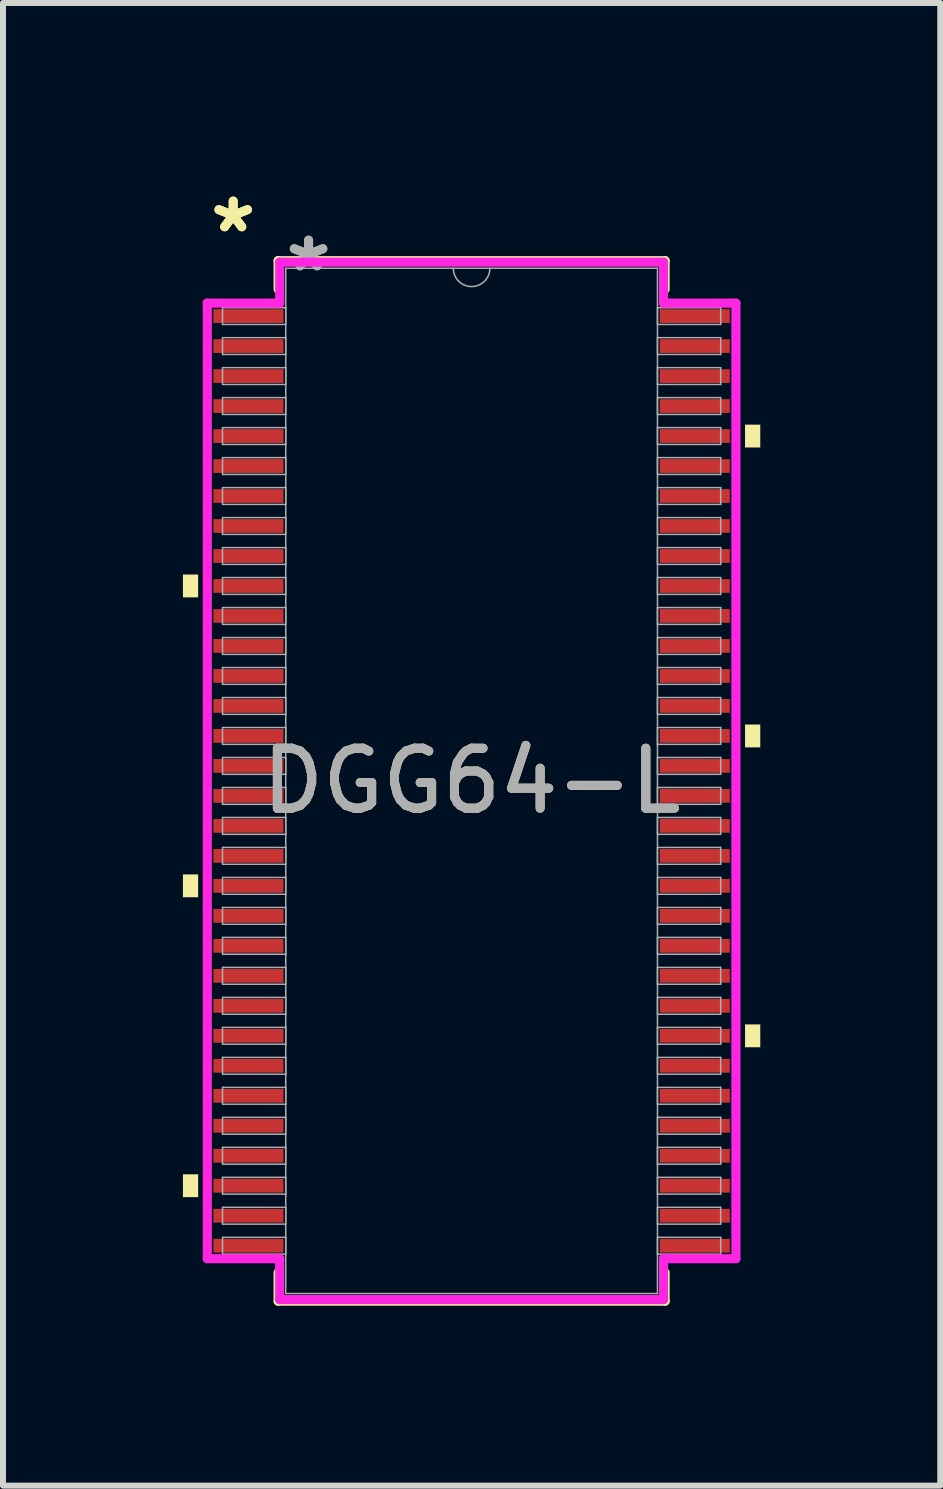
<source format=kicad_pcb>
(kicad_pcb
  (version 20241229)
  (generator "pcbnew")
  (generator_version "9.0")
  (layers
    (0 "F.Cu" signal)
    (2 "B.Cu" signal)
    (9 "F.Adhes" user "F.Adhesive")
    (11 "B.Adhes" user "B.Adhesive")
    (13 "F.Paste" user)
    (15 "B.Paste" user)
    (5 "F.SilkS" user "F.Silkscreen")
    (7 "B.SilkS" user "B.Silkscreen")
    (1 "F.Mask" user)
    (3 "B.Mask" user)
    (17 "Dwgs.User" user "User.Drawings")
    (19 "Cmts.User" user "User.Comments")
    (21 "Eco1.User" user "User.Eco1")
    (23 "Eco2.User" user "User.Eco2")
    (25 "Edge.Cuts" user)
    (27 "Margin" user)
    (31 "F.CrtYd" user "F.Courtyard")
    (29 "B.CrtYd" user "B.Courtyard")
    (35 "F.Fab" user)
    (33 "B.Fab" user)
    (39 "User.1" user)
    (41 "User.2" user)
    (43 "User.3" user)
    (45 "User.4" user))
  (footprint "DGG64-L"
    (layer "F.Cu")
    (at 4.813 9.97)
    (property "Reference" "DGG64-L" (at 0 0 0) (unlocked yes) (layer "F.SilkS") (effects (font (size 1 1) (thickness 0.15))))
    (attr smd)
    (fp_line (start -3.226 -8.674) (end -3.226 -8.197) (stroke (width 0.152) (type solid)) (layer "F.SilkS"))
    (fp_line (start -3.226 8.197) (end -3.226 8.674) (stroke (width 0.152) (type solid)) (layer "F.SilkS"))
    (fp_line (start -3.226 8.674) (end 3.226 8.674) (stroke (width 0.152) (type solid)) (layer "F.SilkS"))
    (fp_line (start 3.226 -8.674) (end -3.226 -8.674) (stroke (width 0.152) (type solid)) (layer "F.SilkS"))
    (fp_line (start 3.226 -8.197) (end 3.226 -8.674) (stroke (width 0.152) (type solid)) (layer "F.SilkS"))
    (fp_line (start 3.226 8.674) (end 3.226 8.197) (stroke (width 0.152) (type solid)) (layer "F.SilkS"))
    (fp_poly (pts (xy -4.813 -3.441) (xy -4.813 -3.06) (xy -4.559 -3.06) (xy -4.559 -3.441)) (stroke (width 0) (type solid)) (fill yes) (layer "F.SilkS"))
    (fp_poly (pts (xy -4.813 1.559) (xy -4.813 1.94) (xy -4.559 1.94) (xy -4.559 1.559)) (stroke (width 0) (type solid)) (fill yes) (layer "F.SilkS"))
    (fp_poly (pts (xy -4.813 6.559) (xy -4.813 6.94) (xy -4.559 6.94) (xy -4.559 6.559)) (stroke (width 0) (type solid)) (fill yes) (layer "F.SilkS"))
    (fp_poly (pts (xy 4.813 -5.94) (xy 4.813 -5.559) (xy 4.559 -5.559) (xy 4.559 -5.94)) (stroke (width 0) (type solid)) (fill yes) (layer "F.SilkS"))
    (fp_poly (pts (xy 4.813 -0.94) (xy 4.813 -0.559) (xy 4.559 -0.559) (xy 4.559 -0.94)) (stroke (width 0) (type solid)) (fill yes) (layer "F.SilkS"))
    (fp_poly (pts (xy 4.813 4.06) (xy 4.813 4.441) (xy 4.559 4.441) (xy 4.559 4.06)) (stroke (width 0) (type solid)) (fill yes) (layer "F.SilkS"))
    (fp_line (start -4.407 -7.966) (end -3.2 -7.966) (stroke (width 0.152) (type solid)) (layer "F.CrtYd"))
    (fp_line (start -4.407 7.966) (end -4.407 -7.966) (stroke (width 0.152) (type solid)) (layer "F.CrtYd"))
    (fp_line (start -4.407 7.966) (end -3.2 7.966) (stroke (width 0.152) (type solid)) (layer "F.CrtYd"))
    (fp_line (start -3.2 -8.649) (end 3.2 -8.649) (stroke (width 0.152) (type solid)) (layer "F.CrtYd"))
    (fp_line (start -3.2 -7.966) (end -3.2 -8.649) (stroke (width 0.152) (type solid)) (layer "F.CrtYd"))
    (fp_line (start -3.2 8.649) (end -3.2 7.966) (stroke (width 0.152) (type solid)) (layer "F.CrtYd"))
    (fp_line (start 3.2 -8.649) (end 3.2 -7.966) (stroke (width 0.152) (type solid)) (layer "F.CrtYd"))
    (fp_line (start 3.2 7.966) (end 3.2 8.649) (stroke (width 0.152) (type solid)) (layer "F.CrtYd"))
    (fp_line (start 3.2 8.649) (end -3.2 8.649) (stroke (width 0.152) (type solid)) (layer "F.CrtYd"))
    (fp_line (start 4.407 -7.966) (end 3.2 -7.966) (stroke (width 0.152) (type solid)) (layer "F.CrtYd"))
    (fp_line (start 4.407 -7.966) (end 4.407 7.966) (stroke (width 0.152) (type solid)) (layer "F.CrtYd"))
    (fp_line (start 4.407 7.966) (end 3.2 7.966) (stroke (width 0.152) (type solid)) (layer "F.CrtYd"))
    (fp_line (start -4.153 -7.89) (end -4.153 -7.61) (stroke (width 0.025) (type solid)) (layer "F.Fab"))
    (fp_line (start -4.153 -7.61) (end -3.099 -7.61) (stroke (width 0.025) (type solid)) (layer "F.Fab"))
    (fp_line (start -4.153 -7.39) (end -4.153 -7.11) (stroke (width 0.025) (type solid)) (layer "F.Fab"))
    (fp_line (start -4.153 -7.11) (end -3.099 -7.11) (stroke (width 0.025) (type solid)) (layer "F.Fab"))
    (fp_line (start -4.153 -6.89) (end -4.153 -6.61) (stroke (width 0.025) (type solid)) (layer "F.Fab"))
    (fp_line (start -4.153 -6.61) (end -3.099 -6.61) (stroke (width 0.025) (type solid)) (layer "F.Fab"))
    (fp_line (start -4.153 -6.39) (end -4.153 -6.11) (stroke (width 0.025) (type solid)) (layer "F.Fab"))
    (fp_line (start -4.153 -6.11) (end -3.099 -6.11) (stroke (width 0.025) (type solid)) (layer "F.Fab"))
    (fp_line (start -4.153 -5.89) (end -4.153 -5.61) (stroke (width 0.025) (type solid)) (layer "F.Fab"))
    (fp_line (start -4.153 -5.61) (end -3.099 -5.61) (stroke (width 0.025) (type solid)) (layer "F.Fab"))
    (fp_line (start -4.153 -5.39) (end -4.153 -5.11) (stroke (width 0.025) (type solid)) (layer "F.Fab"))
    (fp_line (start -4.153 -5.11) (end -3.099 -5.11) (stroke (width 0.025) (type solid)) (layer "F.Fab"))
    (fp_line (start -4.153 -4.89) (end -4.153 -4.61) (stroke (width 0.025) (type solid)) (layer "F.Fab"))
    (fp_line (start -4.153 -4.61) (end -3.099 -4.61) (stroke (width 0.025) (type solid)) (layer "F.Fab"))
    (fp_line (start -4.153 -4.39) (end -4.153 -4.11) (stroke (width 0.025) (type solid)) (layer "F.Fab"))
    (fp_line (start -4.153 -4.11) (end -3.099 -4.11) (stroke (width 0.025) (type solid)) (layer "F.Fab"))
    (fp_line (start -4.153 -3.89) (end -4.153 -3.61) (stroke (width 0.025) (type solid)) (layer "F.Fab"))
    (fp_line (start -4.153 -3.61) (end -3.099 -3.61) (stroke (width 0.025) (type solid)) (layer "F.Fab"))
    (fp_line (start -4.153 -3.39) (end -4.153 -3.11) (stroke (width 0.025) (type solid)) (layer "F.Fab"))
    (fp_line (start -4.153 -3.11) (end -3.099 -3.11) (stroke (width 0.025) (type solid)) (layer "F.Fab"))
    (fp_line (start -4.153 -2.89) (end -4.153 -2.61) (stroke (width 0.025) (type solid)) (layer "F.Fab"))
    (fp_line (start -4.153 -2.61) (end -3.099 -2.61) (stroke (width 0.025) (type solid)) (layer "F.Fab"))
    (fp_line (start -4.153 -2.39) (end -4.153 -2.11) (stroke (width 0.025) (type solid)) (layer "F.Fab"))
    (fp_line (start -4.153 -2.11) (end -3.099 -2.11) (stroke (width 0.025) (type solid)) (layer "F.Fab"))
    (fp_line (start -4.153 -1.89) (end -4.153 -1.61) (stroke (width 0.025) (type solid)) (layer "F.Fab"))
    (fp_line (start -4.153 -1.61) (end -3.099 -1.61) (stroke (width 0.025) (type solid)) (layer "F.Fab"))
    (fp_line (start -4.153 -1.39) (end -4.153 -1.11) (stroke (width 0.025) (type solid)) (layer "F.Fab"))
    (fp_line (start -4.153 -1.11) (end -3.099 -1.11) (stroke (width 0.025) (type solid)) (layer "F.Fab"))
    (fp_line (start -4.153 -0.89) (end -4.153 -0.61) (stroke (width 0.025) (type solid)) (layer "F.Fab"))
    (fp_line (start -4.153 -0.61) (end -3.099 -0.61) (stroke (width 0.025) (type solid)) (layer "F.Fab"))
    (fp_line (start -4.153 -0.39) (end -4.153 -0.11) (stroke (width 0.025) (type solid)) (layer "F.Fab"))
    (fp_line (start -4.153 -0.11) (end -3.099 -0.11) (stroke (width 0.025) (type solid)) (layer "F.Fab"))
    (fp_line (start -4.153 0.11) (end -4.153 0.39) (stroke (width 0.025) (type solid)) (layer "F.Fab"))
    (fp_line (start -4.153 0.39) (end -3.099 0.39) (stroke (width 0.025) (type solid)) (layer "F.Fab"))
    (fp_line (start -4.153 0.61) (end -4.153 0.89) (stroke (width 0.025) (type solid)) (layer "F.Fab"))
    (fp_line (start -4.153 0.89) (end -3.099 0.89) (stroke (width 0.025) (type solid)) (layer "F.Fab"))
    (fp_line (start -4.153 1.11) (end -4.153 1.39) (stroke (width 0.025) (type solid)) (layer "F.Fab"))
    (fp_line (start -4.153 1.39) (end -3.099 1.39) (stroke (width 0.025) (type solid)) (layer "F.Fab"))
    (fp_line (start -4.153 1.61) (end -4.153 1.89) (stroke (width 0.025) (type solid)) (layer "F.Fab"))
    (fp_line (start -4.153 1.89) (end -3.099 1.89) (stroke (width 0.025) (type solid)) (layer "F.Fab"))
    (fp_line (start -4.153 2.11) (end -4.153 2.39) (stroke (width 0.025) (type solid)) (layer "F.Fab"))
    (fp_line (start -4.153 2.39) (end -3.099 2.39) (stroke (width 0.025) (type solid)) (layer "F.Fab"))
    (fp_line (start -4.153 2.61) (end -4.153 2.89) (stroke (width 0.025) (type solid)) (layer "F.Fab"))
    (fp_line (start -4.153 2.89) (end -3.099 2.89) (stroke (width 0.025) (type solid)) (layer "F.Fab"))
    (fp_line (start -4.153 3.11) (end -4.153 3.39) (stroke (width 0.025) (type solid)) (layer "F.Fab"))
    (fp_line (start -4.153 3.39) (end -3.099 3.39) (stroke (width 0.025) (type solid)) (layer "F.Fab"))
    (fp_line (start -4.153 3.61) (end -4.153 3.89) (stroke (width 0.025) (type solid)) (layer "F.Fab"))
    (fp_line (start -4.153 3.89) (end -3.099 3.89) (stroke (width 0.025) (type solid)) (layer "F.Fab"))
    (fp_line (start -4.153 4.11) (end -4.153 4.39) (stroke (width 0.025) (type solid)) (layer "F.Fab"))
    (fp_line (start -4.153 4.39) (end -3.099 4.39) (stroke (width 0.025) (type solid)) (layer "F.Fab"))
    (fp_line (start -4.153 4.61) (end -4.153 4.89) (stroke (width 0.025) (type solid)) (layer "F.Fab"))
    (fp_line (start -4.153 4.89) (end -3.099 4.89) (stroke (width 0.025) (type solid)) (layer "F.Fab"))
    (fp_line (start -4.153 5.11) (end -4.153 5.39) (stroke (width 0.025) (type solid)) (layer "F.Fab"))
    (fp_line (start -4.153 5.39) (end -3.099 5.39) (stroke (width 0.025) (type solid)) (layer "F.Fab"))
    (fp_line (start -4.153 5.61) (end -4.153 5.89) (stroke (width 0.025) (type solid)) (layer "F.Fab"))
    (fp_line (start -4.153 5.89) (end -3.099 5.89) (stroke (width 0.025) (type solid)) (layer "F.Fab"))
    (fp_line (start -4.153 6.11) (end -4.153 6.39) (stroke (width 0.025) (type solid)) (layer "F.Fab"))
    (fp_line (start -4.153 6.39) (end -3.099 6.39) (stroke (width 0.025) (type solid)) (layer "F.Fab"))
    (fp_line (start -4.153 6.61) (end -4.153 6.89) (stroke (width 0.025) (type solid)) (layer "F.Fab"))
    (fp_line (start -4.153 6.89) (end -3.099 6.89) (stroke (width 0.025) (type solid)) (layer "F.Fab"))
    (fp_line (start -4.153 7.11) (end -4.153 7.39) (stroke (width 0.025) (type solid)) (layer "F.Fab"))
    (fp_line (start -4.153 7.39) (end -3.099 7.39) (stroke (width 0.025) (type solid)) (layer "F.Fab"))
    (fp_line (start -4.153 7.61) (end -4.153 7.89) (stroke (width 0.025) (type solid)) (layer "F.Fab"))
    (fp_line (start -4.153 7.89) (end -3.099 7.89) (stroke (width 0.025) (type solid)) (layer "F.Fab"))
    (fp_line (start -3.099 -8.547) (end -3.099 8.547) (stroke (width 0.025) (type solid)) (layer "F.Fab"))
    (fp_line (start -3.099 -7.89) (end -4.153 -7.89) (stroke (width 0.025) (type solid)) (layer "F.Fab"))
    (fp_line (start -3.099 -7.61) (end -3.099 -7.89) (stroke (width 0.025) (type solid)) (layer "F.Fab"))
    (fp_line (start -3.099 -7.39) (end -4.153 -7.39) (stroke (width 0.025) (type solid)) (layer "F.Fab"))
    (fp_line (start -3.099 -7.11) (end -3.099 -7.39) (stroke (width 0.025) (type solid)) (layer "F.Fab"))
    (fp_line (start -3.099 -6.89) (end -4.153 -6.89) (stroke (width 0.025) (type solid)) (layer "F.Fab"))
    (fp_line (start -3.099 -6.61) (end -3.099 -6.89) (stroke (width 0.025) (type solid)) (layer "F.Fab"))
    (fp_line (start -3.099 -6.39) (end -4.153 -6.39) (stroke (width 0.025) (type solid)) (layer "F.Fab"))
    (fp_line (start -3.099 -6.11) (end -3.099 -6.39) (stroke (width 0.025) (type solid)) (layer "F.Fab"))
    (fp_line (start -3.099 -5.89) (end -4.153 -5.89) (stroke (width 0.025) (type solid)) (layer "F.Fab"))
    (fp_line (start -3.099 -5.61) (end -3.099 -5.89) (stroke (width 0.025) (type solid)) (layer "F.Fab"))
    (fp_line (start -3.099 -5.39) (end -4.153 -5.39) (stroke (width 0.025) (type solid)) (layer "F.Fab"))
    (fp_line (start -3.099 -5.11) (end -3.099 -5.39) (stroke (width 0.025) (type solid)) (layer "F.Fab"))
    (fp_line (start -3.099 -4.89) (end -4.153 -4.89) (stroke (width 0.025) (type solid)) (layer "F.Fab"))
    (fp_line (start -3.099 -4.61) (end -3.099 -4.89) (stroke (width 0.025) (type solid)) (layer "F.Fab"))
    (fp_line (start -3.099 -4.39) (end -4.153 -4.39) (stroke (width 0.025) (type solid)) (layer "F.Fab"))
    (fp_line (start -3.099 -4.11) (end -3.099 -4.39) (stroke (width 0.025) (type solid)) (layer "F.Fab"))
    (fp_line (start -3.099 -3.89) (end -4.153 -3.89) (stroke (width 0.025) (type solid)) (layer "F.Fab"))
    (fp_line (start -3.099 -3.61) (end -3.099 -3.89) (stroke (width 0.025) (type solid)) (layer "F.Fab"))
    (fp_line (start -3.099 -3.39) (end -4.153 -3.39) (stroke (width 0.025) (type solid)) (layer "F.Fab"))
    (fp_line (start -3.099 -3.11) (end -3.099 -3.39) (stroke (width 0.025) (type solid)) (layer "F.Fab"))
    (fp_line (start -3.099 -2.89) (end -4.153 -2.89) (stroke (width 0.025) (type solid)) (layer "F.Fab"))
    (fp_line (start -3.099 -2.61) (end -3.099 -2.89) (stroke (width 0.025) (type solid)) (layer "F.Fab"))
    (fp_line (start -3.099 -2.39) (end -4.153 -2.39) (stroke (width 0.025) (type solid)) (layer "F.Fab"))
    (fp_line (start -3.099 -2.11) (end -3.099 -2.39) (stroke (width 0.025) (type solid)) (layer "F.Fab"))
    (fp_line (start -3.099 -1.89) (end -4.153 -1.89) (stroke (width 0.025) (type solid)) (layer "F.Fab"))
    (fp_line (start -3.099 -1.61) (end -3.099 -1.89) (stroke (width 0.025) (type solid)) (layer "F.Fab"))
    (fp_line (start -3.099 -1.39) (end -4.153 -1.39) (stroke (width 0.025) (type solid)) (layer "F.Fab"))
    (fp_line (start -3.099 -1.11) (end -3.099 -1.39) (stroke (width 0.025) (type solid)) (layer "F.Fab"))
    (fp_line (start -3.099 -0.89) (end -4.153 -0.89) (stroke (width 0.025) (type solid)) (layer "F.Fab"))
    (fp_line (start -3.099 -0.61) (end -3.099 -0.89) (stroke (width 0.025) (type solid)) (layer "F.Fab"))
    (fp_line (start -3.099 -0.39) (end -4.153 -0.39) (stroke (width 0.025) (type solid)) (layer "F.Fab"))
    (fp_line (start -3.099 -0.11) (end -3.099 -0.39) (stroke (width 0.025) (type solid)) (layer "F.Fab"))
    (fp_line (start -3.099 0.11) (end -4.153 0.11) (stroke (width 0.025) (type solid)) (layer "F.Fab"))
    (fp_line (start -3.099 0.39) (end -3.099 0.11) (stroke (width 0.025) (type solid)) (layer "F.Fab"))
    (fp_line (start -3.099 0.61) (end -4.153 0.61) (stroke (width 0.025) (type solid)) (layer "F.Fab"))
    (fp_line (start -3.099 0.89) (end -3.099 0.61) (stroke (width 0.025) (type solid)) (layer "F.Fab"))
    (fp_line (start -3.099 1.11) (end -4.153 1.11) (stroke (width 0.025) (type solid)) (layer "F.Fab"))
    (fp_line (start -3.099 1.39) (end -3.099 1.11) (stroke (width 0.025) (type solid)) (layer "F.Fab"))
    (fp_line (start -3.099 1.61) (end -4.153 1.61) (stroke (width 0.025) (type solid)) (layer "F.Fab"))
    (fp_line (start -3.099 1.89) (end -3.099 1.61) (stroke (width 0.025) (type solid)) (layer "F.Fab"))
    (fp_line (start -3.099 2.11) (end -4.153 2.11) (stroke (width 0.025) (type solid)) (layer "F.Fab"))
    (fp_line (start -3.099 2.39) (end -3.099 2.11) (stroke (width 0.025) (type solid)) (layer "F.Fab"))
    (fp_line (start -3.099 2.61) (end -4.153 2.61) (stroke (width 0.025) (type solid)) (layer "F.Fab"))
    (fp_line (start -3.099 2.89) (end -3.099 2.61) (stroke (width 0.025) (type solid)) (layer "F.Fab"))
    (fp_line (start -3.099 3.11) (end -4.153 3.11) (stroke (width 0.025) (type solid)) (layer "F.Fab"))
    (fp_line (start -3.099 3.39) (end -3.099 3.11) (stroke (width 0.025) (type solid)) (layer "F.Fab"))
    (fp_line (start -3.099 3.61) (end -4.153 3.61) (stroke (width 0.025) (type solid)) (layer "F.Fab"))
    (fp_line (start -3.099 3.89) (end -3.099 3.61) (stroke (width 0.025) (type solid)) (layer "F.Fab"))
    (fp_line (start -3.099 4.11) (end -4.153 4.11) (stroke (width 0.025) (type solid)) (layer "F.Fab"))
    (fp_line (start -3.099 4.39) (end -3.099 4.11) (stroke (width 0.025) (type solid)) (layer "F.Fab"))
    (fp_line (start -3.099 4.61) (end -4.153 4.61) (stroke (width 0.025) (type solid)) (layer "F.Fab"))
    (fp_line (start -3.099 4.89) (end -3.099 4.61) (stroke (width 0.025) (type solid)) (layer "F.Fab"))
    (fp_line (start -3.099 5.11) (end -4.153 5.11) (stroke (width 0.025) (type solid)) (layer "F.Fab"))
    (fp_line (start -3.099 5.39) (end -3.099 5.11) (stroke (width 0.025) (type solid)) (layer "F.Fab"))
    (fp_line (start -3.099 5.61) (end -4.153 5.61) (stroke (width 0.025) (type solid)) (layer "F.Fab"))
    (fp_line (start -3.099 5.89) (end -3.099 5.61) (stroke (width 0.025) (type solid)) (layer "F.Fab"))
    (fp_line (start -3.099 6.11) (end -4.153 6.11) (stroke (width 0.025) (type solid)) (layer "F.Fab"))
    (fp_line (start -3.099 6.39) (end -3.099 6.11) (stroke (width 0.025) (type solid)) (layer "F.Fab"))
    (fp_line (start -3.099 6.61) (end -4.153 6.61) (stroke (width 0.025) (type solid)) (layer "F.Fab"))
    (fp_line (start -3.099 6.89) (end -3.099 6.61) (stroke (width 0.025) (type solid)) (layer "F.Fab"))
    (fp_line (start -3.099 7.11) (end -4.153 7.11) (stroke (width 0.025) (type solid)) (layer "F.Fab"))
    (fp_line (start -3.099 7.39) (end -3.099 7.11) (stroke (width 0.025) (type solid)) (layer "F.Fab"))
    (fp_line (start -3.099 7.61) (end -4.153 7.61) (stroke (width 0.025) (type solid)) (layer "F.Fab"))
    (fp_line (start -3.099 7.89) (end -3.099 7.61) (stroke (width 0.025) (type solid)) (layer "F.Fab"))
    (fp_line (start -3.099 8.547) (end 3.099 8.547) (stroke (width 0.025) (type solid)) (layer "F.Fab"))
    (fp_line (start 3.099 -8.547) (end -3.099 -8.547) (stroke (width 0.025) (type solid)) (layer "F.Fab"))
    (fp_line (start 3.099 -7.89) (end 3.099 -7.61) (stroke (width 0.025) (type solid)) (layer "F.Fab"))
    (fp_line (start 3.099 -7.61) (end 4.153 -7.61) (stroke (width 0.025) (type solid)) (layer "F.Fab"))
    (fp_line (start 3.099 -7.39) (end 3.099 -7.11) (stroke (width 0.025) (type solid)) (layer "F.Fab"))
    (fp_line (start 3.099 -7.11) (end 4.153 -7.11) (stroke (width 0.025) (type solid)) (layer "F.Fab"))
    (fp_line (start 3.099 -6.89) (end 3.099 -6.61) (stroke (width 0.025) (type solid)) (layer "F.Fab"))
    (fp_line (start 3.099 -6.61) (end 4.153 -6.61) (stroke (width 0.025) (type solid)) (layer "F.Fab"))
    (fp_line (start 3.099 -6.39) (end 3.099 -6.11) (stroke (width 0.025) (type solid)) (layer "F.Fab"))
    (fp_line (start 3.099 -6.11) (end 4.153 -6.11) (stroke (width 0.025) (type solid)) (layer "F.Fab"))
    (fp_line (start 3.099 -5.89) (end 3.099 -5.61) (stroke (width 0.025) (type solid)) (layer "F.Fab"))
    (fp_line (start 3.099 -5.61) (end 4.153 -5.61) (stroke (width 0.025) (type solid)) (layer "F.Fab"))
    (fp_line (start 3.099 -5.39) (end 3.099 -5.11) (stroke (width 0.025) (type solid)) (layer "F.Fab"))
    (fp_line (start 3.099 -5.11) (end 4.153 -5.11) (stroke (width 0.025) (type solid)) (layer "F.Fab"))
    (fp_line (start 3.099 -4.89) (end 3.099 -4.61) (stroke (width 0.025) (type solid)) (layer "F.Fab"))
    (fp_line (start 3.099 -4.61) (end 4.153 -4.61) (stroke (width 0.025) (type solid)) (layer "F.Fab"))
    (fp_line (start 3.099 -4.39) (end 3.099 -4.11) (stroke (width 0.025) (type solid)) (layer "F.Fab"))
    (fp_line (start 3.099 -4.11) (end 4.153 -4.11) (stroke (width 0.025) (type solid)) (layer "F.Fab"))
    (fp_line (start 3.099 -3.89) (end 3.099 -3.61) (stroke (width 0.025) (type solid)) (layer "F.Fab"))
    (fp_line (start 3.099 -3.61) (end 4.153 -3.61) (stroke (width 0.025) (type solid)) (layer "F.Fab"))
    (fp_line (start 3.099 -3.39) (end 3.099 -3.11) (stroke (width 0.025) (type solid)) (layer "F.Fab"))
    (fp_line (start 3.099 -3.11) (end 4.153 -3.11) (stroke (width 0.025) (type solid)) (layer "F.Fab"))
    (fp_line (start 3.099 -2.89) (end 3.099 -2.61) (stroke (width 0.025) (type solid)) (layer "F.Fab"))
    (fp_line (start 3.099 -2.61) (end 4.153 -2.61) (stroke (width 0.025) (type solid)) (layer "F.Fab"))
    (fp_line (start 3.099 -2.39) (end 3.099 -2.11) (stroke (width 0.025) (type solid)) (layer "F.Fab"))
    (fp_line (start 3.099 -2.11) (end 4.153 -2.11) (stroke (width 0.025) (type solid)) (layer "F.Fab"))
    (fp_line (start 3.099 -1.89) (end 3.099 -1.61) (stroke (width 0.025) (type solid)) (layer "F.Fab"))
    (fp_line (start 3.099 -1.61) (end 4.153 -1.61) (stroke (width 0.025) (type solid)) (layer "F.Fab"))
    (fp_line (start 3.099 -1.39) (end 3.099 -1.11) (stroke (width 0.025) (type solid)) (layer "F.Fab"))
    (fp_line (start 3.099 -1.11) (end 4.153 -1.11) (stroke (width 0.025) (type solid)) (layer "F.Fab"))
    (fp_line (start 3.099 -0.89) (end 3.099 -0.61) (stroke (width 0.025) (type solid)) (layer "F.Fab"))
    (fp_line (start 3.099 -0.61) (end 4.153 -0.61) (stroke (width 0.025) (type solid)) (layer "F.Fab"))
    (fp_line (start 3.099 -0.39) (end 3.099 -0.11) (stroke (width 0.025) (type solid)) (layer "F.Fab"))
    (fp_line (start 3.099 -0.11) (end 4.153 -0.11) (stroke (width 0.025) (type solid)) (layer "F.Fab"))
    (fp_line (start 3.099 0.11) (end 3.099 0.39) (stroke (width 0.025) (type solid)) (layer "F.Fab"))
    (fp_line (start 3.099 0.39) (end 4.153 0.39) (stroke (width 0.025) (type solid)) (layer "F.Fab"))
    (fp_line (start 3.099 0.61) (end 3.099 0.89) (stroke (width 0.025) (type solid)) (layer "F.Fab"))
    (fp_line (start 3.099 0.89) (end 4.153 0.89) (stroke (width 0.025) (type solid)) (layer "F.Fab"))
    (fp_line (start 3.099 1.11) (end 3.099 1.39) (stroke (width 0.025) (type solid)) (layer "F.Fab"))
    (fp_line (start 3.099 1.39) (end 4.153 1.39) (stroke (width 0.025) (type solid)) (layer "F.Fab"))
    (fp_line (start 3.099 1.61) (end 3.099 1.89) (stroke (width 0.025) (type solid)) (layer "F.Fab"))
    (fp_line (start 3.099 1.89) (end 4.153 1.89) (stroke (width 0.025) (type solid)) (layer "F.Fab"))
    (fp_line (start 3.099 2.11) (end 3.099 2.39) (stroke (width 0.025) (type solid)) (layer "F.Fab"))
    (fp_line (start 3.099 2.39) (end 4.153 2.39) (stroke (width 0.025) (type solid)) (layer "F.Fab"))
    (fp_line (start 3.099 2.61) (end 3.099 2.89) (stroke (width 0.025) (type solid)) (layer "F.Fab"))
    (fp_line (start 3.099 2.89) (end 4.153 2.89) (stroke (width 0.025) (type solid)) (layer "F.Fab"))
    (fp_line (start 3.099 3.11) (end 3.099 3.39) (stroke (width 0.025) (type solid)) (layer "F.Fab"))
    (fp_line (start 3.099 3.39) (end 4.153 3.39) (stroke (width 0.025) (type solid)) (layer "F.Fab"))
    (fp_line (start 3.099 3.61) (end 3.099 3.89) (stroke (width 0.025) (type solid)) (layer "F.Fab"))
    (fp_line (start 3.099 3.89) (end 4.153 3.89) (stroke (width 0.025) (type solid)) (layer "F.Fab"))
    (fp_line (start 3.099 4.11) (end 3.099 4.39) (stroke (width 0.025) (type solid)) (layer "F.Fab"))
    (fp_line (start 3.099 4.39) (end 4.153 4.39) (stroke (width 0.025) (type solid)) (layer "F.Fab"))
    (fp_line (start 3.099 4.61) (end 3.099 4.89) (stroke (width 0.025) (type solid)) (layer "F.Fab"))
    (fp_line (start 3.099 4.89) (end 4.153 4.89) (stroke (width 0.025) (type solid)) (layer "F.Fab"))
    (fp_line (start 3.099 5.11) (end 3.099 5.39) (stroke (width 0.025) (type solid)) (layer "F.Fab"))
    (fp_line (start 3.099 5.39) (end 4.153 5.39) (stroke (width 0.025) (type solid)) (layer "F.Fab"))
    (fp_line (start 3.099 5.61) (end 3.099 5.89) (stroke (width 0.025) (type solid)) (layer "F.Fab"))
    (fp_line (start 3.099 5.89) (end 4.153 5.89) (stroke (width 0.025) (type solid)) (layer "F.Fab"))
    (fp_line (start 3.099 6.11) (end 3.099 6.39) (stroke (width 0.025) (type solid)) (layer "F.Fab"))
    (fp_line (start 3.099 6.39) (end 4.153 6.39) (stroke (width 0.025) (type solid)) (layer "F.Fab"))
    (fp_line (start 3.099 6.61) (end 3.099 6.89) (stroke (width 0.025) (type solid)) (layer "F.Fab"))
    (fp_line (start 3.099 6.89) (end 4.153 6.89) (stroke (width 0.025) (type solid)) (layer "F.Fab"))
    (fp_line (start 3.099 7.11) (end 3.099 7.39) (stroke (width 0.025) (type solid)) (layer "F.Fab"))
    (fp_line (start 3.099 7.39) (end 4.153 7.39) (stroke (width 0.025) (type solid)) (layer "F.Fab"))
    (fp_line (start 3.099 7.61) (end 3.099 7.89) (stroke (width 0.025) (type solid)) (layer "F.Fab"))
    (fp_line (start 3.099 7.89) (end 4.153 7.89) (stroke (width 0.025) (type solid)) (layer "F.Fab"))
    (fp_line (start 3.099 8.547) (end 3.099 -8.547) (stroke (width 0.025) (type solid)) (layer "F.Fab"))
    (fp_line (start 4.153 -7.89) (end 3.099 -7.89) (stroke (width 0.025) (type solid)) (layer "F.Fab"))
    (fp_line (start 4.153 -7.61) (end 4.153 -7.89) (stroke (width 0.025) (type solid)) (layer "F.Fab"))
    (fp_line (start 4.153 -7.39) (end 3.099 -7.39) (stroke (width 0.025) (type solid)) (layer "F.Fab"))
    (fp_line (start 4.153 -7.11) (end 4.153 -7.39) (stroke (width 0.025) (type solid)) (layer "F.Fab"))
    (fp_line (start 4.153 -6.89) (end 3.099 -6.89) (stroke (width 0.025) (type solid)) (layer "F.Fab"))
    (fp_line (start 4.153 -6.61) (end 4.153 -6.89) (stroke (width 0.025) (type solid)) (layer "F.Fab"))
    (fp_line (start 4.153 -6.39) (end 3.099 -6.39) (stroke (width 0.025) (type solid)) (layer "F.Fab"))
    (fp_line (start 4.153 -6.11) (end 4.153 -6.39) (stroke (width 0.025) (type solid)) (layer "F.Fab"))
    (fp_line (start 4.153 -5.89) (end 3.099 -5.89) (stroke (width 0.025) (type solid)) (layer "F.Fab"))
    (fp_line (start 4.153 -5.61) (end 4.153 -5.89) (stroke (width 0.025) (type solid)) (layer "F.Fab"))
    (fp_line (start 4.153 -5.39) (end 3.099 -5.39) (stroke (width 0.025) (type solid)) (layer "F.Fab"))
    (fp_line (start 4.153 -5.11) (end 4.153 -5.39) (stroke (width 0.025) (type solid)) (layer "F.Fab"))
    (fp_line (start 4.153 -4.89) (end 3.099 -4.89) (stroke (width 0.025) (type solid)) (layer "F.Fab"))
    (fp_line (start 4.153 -4.61) (end 4.153 -4.89) (stroke (width 0.025) (type solid)) (layer "F.Fab"))
    (fp_line (start 4.153 -4.39) (end 3.099 -4.39) (stroke (width 0.025) (type solid)) (layer "F.Fab"))
    (fp_line (start 4.153 -4.11) (end 4.153 -4.39) (stroke (width 0.025) (type solid)) (layer "F.Fab"))
    (fp_line (start 4.153 -3.89) (end 3.099 -3.89) (stroke (width 0.025) (type solid)) (layer "F.Fab"))
    (fp_line (start 4.153 -3.61) (end 4.153 -3.89) (stroke (width 0.025) (type solid)) (layer "F.Fab"))
    (fp_line (start 4.153 -3.39) (end 3.099 -3.39) (stroke (width 0.025) (type solid)) (layer "F.Fab"))
    (fp_line (start 4.153 -3.11) (end 4.153 -3.39) (stroke (width 0.025) (type solid)) (layer "F.Fab"))
    (fp_line (start 4.153 -2.89) (end 3.099 -2.89) (stroke (width 0.025) (type solid)) (layer "F.Fab"))
    (fp_line (start 4.153 -2.61) (end 4.153 -2.89) (stroke (width 0.025) (type solid)) (layer "F.Fab"))
    (fp_line (start 4.153 -2.39) (end 3.099 -2.39) (stroke (width 0.025) (type solid)) (layer "F.Fab"))
    (fp_line (start 4.153 -2.11) (end 4.153 -2.39) (stroke (width 0.025) (type solid)) (layer "F.Fab"))
    (fp_line (start 4.153 -1.89) (end 3.099 -1.89) (stroke (width 0.025) (type solid)) (layer "F.Fab"))
    (fp_line (start 4.153 -1.61) (end 4.153 -1.89) (stroke (width 0.025) (type solid)) (layer "F.Fab"))
    (fp_line (start 4.153 -1.39) (end 3.099 -1.39) (stroke (width 0.025) (type solid)) (layer "F.Fab"))
    (fp_line (start 4.153 -1.11) (end 4.153 -1.39) (stroke (width 0.025) (type solid)) (layer "F.Fab"))
    (fp_line (start 4.153 -0.89) (end 3.099 -0.89) (stroke (width 0.025) (type solid)) (layer "F.Fab"))
    (fp_line (start 4.153 -0.61) (end 4.153 -0.89) (stroke (width 0.025) (type solid)) (layer "F.Fab"))
    (fp_line (start 4.153 -0.39) (end 3.099 -0.39) (stroke (width 0.025) (type solid)) (layer "F.Fab"))
    (fp_line (start 4.153 -0.11) (end 4.153 -0.39) (stroke (width 0.025) (type solid)) (layer "F.Fab"))
    (fp_line (start 4.153 0.11) (end 3.099 0.11) (stroke (width 0.025) (type solid)) (layer "F.Fab"))
    (fp_line (start 4.153 0.39) (end 4.153 0.11) (stroke (width 0.025) (type solid)) (layer "F.Fab"))
    (fp_line (start 4.153 0.61) (end 3.099 0.61) (stroke (width 0.025) (type solid)) (layer "F.Fab"))
    (fp_line (start 4.153 0.89) (end 4.153 0.61) (stroke (width 0.025) (type solid)) (layer "F.Fab"))
    (fp_line (start 4.153 1.11) (end 3.099 1.11) (stroke (width 0.025) (type solid)) (layer "F.Fab"))
    (fp_line (start 4.153 1.39) (end 4.153 1.11) (stroke (width 0.025) (type solid)) (layer "F.Fab"))
    (fp_line (start 4.153 1.61) (end 3.099 1.61) (stroke (width 0.025) (type solid)) (layer "F.Fab"))
    (fp_line (start 4.153 1.89) (end 4.153 1.61) (stroke (width 0.025) (type solid)) (layer "F.Fab"))
    (fp_line (start 4.153 2.11) (end 3.099 2.11) (stroke (width 0.025) (type solid)) (layer "F.Fab"))
    (fp_line (start 4.153 2.39) (end 4.153 2.11) (stroke (width 0.025) (type solid)) (layer "F.Fab"))
    (fp_line (start 4.153 2.61) (end 3.099 2.61) (stroke (width 0.025) (type solid)) (layer "F.Fab"))
    (fp_line (start 4.153 2.89) (end 4.153 2.61) (stroke (width 0.025) (type solid)) (layer "F.Fab"))
    (fp_line (start 4.153 3.11) (end 3.099 3.11) (stroke (width 0.025) (type solid)) (layer "F.Fab"))
    (fp_line (start 4.153 3.39) (end 4.153 3.11) (stroke (width 0.025) (type solid)) (layer "F.Fab"))
    (fp_line (start 4.153 3.61) (end 3.099 3.61) (stroke (width 0.025) (type solid)) (layer "F.Fab"))
    (fp_line (start 4.153 3.89) (end 4.153 3.61) (stroke (width 0.025) (type solid)) (layer "F.Fab"))
    (fp_line (start 4.153 4.11) (end 3.099 4.11) (stroke (width 0.025) (type solid)) (layer "F.Fab"))
    (fp_line (start 4.153 4.39) (end 4.153 4.11) (stroke (width 0.025) (type solid)) (layer "F.Fab"))
    (fp_line (start 4.153 4.61) (end 3.099 4.61) (stroke (width 0.025) (type solid)) (layer "F.Fab"))
    (fp_line (start 4.153 4.89) (end 4.153 4.61) (stroke (width 0.025) (type solid)) (layer "F.Fab"))
    (fp_line (start 4.153 5.11) (end 3.099 5.11) (stroke (width 0.025) (type solid)) (layer "F.Fab"))
    (fp_line (start 4.153 5.39) (end 4.153 5.11) (stroke (width 0.025) (type solid)) (layer "F.Fab"))
    (fp_line (start 4.153 5.61) (end 3.099 5.61) (stroke (width 0.025) (type solid)) (layer "F.Fab"))
    (fp_line (start 4.153 5.89) (end 4.153 5.61) (stroke (width 0.025) (type solid)) (layer "F.Fab"))
    (fp_line (start 4.153 6.11) (end 3.099 6.11) (stroke (width 0.025) (type solid)) (layer "F.Fab"))
    (fp_line (start 4.153 6.39) (end 4.153 6.11) (stroke (width 0.025) (type solid)) (layer "F.Fab"))
    (fp_line (start 4.153 6.61) (end 3.099 6.61) (stroke (width 0.025) (type solid)) (layer "F.Fab"))
    (fp_line (start 4.153 6.89) (end 4.153 6.61) (stroke (width 0.025) (type solid)) (layer "F.Fab"))
    (fp_line (start 4.153 7.11) (end 3.099 7.11) (stroke (width 0.025) (type solid)) (layer "F.Fab"))
    (fp_line (start 4.153 7.39) (end 4.153 7.11) (stroke (width 0.025) (type solid)) (layer "F.Fab"))
    (fp_line (start 4.153 7.61) (end 3.099 7.61) (stroke (width 0.025) (type solid)) (layer "F.Fab"))
    (fp_line (start 4.153 7.89) (end 4.153 7.61) (stroke (width 0.025) (type solid)) (layer "F.Fab"))
    (fp_arc (start 0.3048 -8.5471) (mid 0 -8.2423) (end -0.3048 -8.5471) (stroke (width 0.0254) (type solid)) (layer "F.Fab"))
    (fp_text user "*" (at -3.975 -9.122 0) (unlocked yes) (layer "F.SilkS") (effects (font (size 1 1) (thickness 0.15))))
    (fp_text user "*" (at -3.975 -9.122 0) (layer "F.SilkS") (effects (font (size 1 1) (thickness 0.15))))
    (fp_text user "*" (at -2.718 -8.471 0) (unlocked yes) (layer "F.Fab") (effects (font (size 1 1) (thickness 0.15))))
    (fp_text user "${REFERENCE}" (at 0 0 0) (unlocked yes) (layer "F.Fab") (effects (font (size 1 1) (thickness 0.15))))
    (fp_text user "*" (at -2.718 -8.471 0) (layer "F.Fab") (effects (font (size 1 1) (thickness 0.15))))
    (pad "1" smd rect (at -3.721 -7.75) (size 1.168 0.229) (layers "F.Cu" "F.Mask" "F.Paste"))
    (pad "2" smd rect (at -3.721 -7.25) (size 1.168 0.229) (layers "F.Cu" "F.Mask" "F.Paste"))
    (pad "3" smd rect (at -3.721 -6.75) (size 1.168 0.229) (layers "F.Cu" "F.Mask" "F.Paste"))
    (pad "4" smd rect (at -3.721 -6.25) (size 1.168 0.229) (layers "F.Cu" "F.Mask" "F.Paste"))
    (pad "5" smd rect (at -3.721 -5.75) (size 1.168 0.229) (layers "F.Cu" "F.Mask" "F.Paste"))
    (pad "6" smd rect (at -3.721 -5.25) (size 1.168 0.229) (layers "F.Cu" "F.Mask" "F.Paste"))
    (pad "7" smd rect (at -3.721 -4.75) (size 1.168 0.229) (layers "F.Cu" "F.Mask" "F.Paste"))
    (pad "8" smd rect (at -3.721 -4.25) (size 1.168 0.229) (layers "F.Cu" "F.Mask" "F.Paste"))
    (pad "9" smd rect (at -3.721 -3.75) (size 1.168 0.229) (layers "F.Cu" "F.Mask" "F.Paste"))
    (pad "10" smd rect (at -3.721 -3.25) (size 1.168 0.229) (layers "F.Cu" "F.Mask" "F.Paste"))
    (pad "11" smd rect (at -3.721 -2.75) (size 1.168 0.229) (layers "F.Cu" "F.Mask" "F.Paste"))
    (pad "12" smd rect (at -3.721 -2.25) (size 1.168 0.229) (layers "F.Cu" "F.Mask" "F.Paste"))
    (pad "13" smd rect (at -3.721 -1.75) (size 1.168 0.229) (layers "F.Cu" "F.Mask" "F.Paste"))
    (pad "14" smd rect (at -3.721 -1.25) (size 1.168 0.229) (layers "F.Cu" "F.Mask" "F.Paste"))
    (pad "15" smd rect (at -3.721 -0.75) (size 1.168 0.229) (layers "F.Cu" "F.Mask" "F.Paste"))
    (pad "16" smd rect (at -3.721 -0.25) (size 1.168 0.229) (layers "F.Cu" "F.Mask" "F.Paste"))
    (pad "17" smd rect (at -3.721 0.25) (size 1.168 0.229) (layers "F.Cu" "F.Mask" "F.Paste"))
    (pad "18" smd rect (at -3.721 0.75) (size 1.168 0.229) (layers "F.Cu" "F.Mask" "F.Paste"))
    (pad "19" smd rect (at -3.721 1.25) (size 1.168 0.229) (layers "F.Cu" "F.Mask" "F.Paste"))
    (pad "20" smd rect (at -3.721 1.75) (size 1.168 0.229) (layers "F.Cu" "F.Mask" "F.Paste"))
    (pad "21" smd rect (at -3.721 2.25) (size 1.168 0.229) (layers "F.Cu" "F.Mask" "F.Paste"))
    (pad "22" smd rect (at -3.721 2.75) (size 1.168 0.229) (layers "F.Cu" "F.Mask" "F.Paste"))
    (pad "23" smd rect (at -3.721 3.25) (size 1.168 0.229) (layers "F.Cu" "F.Mask" "F.Paste"))
    (pad "24" smd rect (at -3.721 3.75) (size 1.168 0.229) (layers "F.Cu" "F.Mask" "F.Paste"))
    (pad "25" smd rect (at -3.721 4.25) (size 1.168 0.229) (layers "F.Cu" "F.Mask" "F.Paste"))
    (pad "26" smd rect (at -3.721 4.75) (size 1.168 0.229) (layers "F.Cu" "F.Mask" "F.Paste"))
    (pad "27" smd rect (at -3.721 5.25) (size 1.168 0.229) (layers "F.Cu" "F.Mask" "F.Paste"))
    (pad "28" smd rect (at -3.721 5.75) (size 1.168 0.229) (layers "F.Cu" "F.Mask" "F.Paste"))
    (pad "29" smd rect (at -3.721 6.25) (size 1.168 0.229) (layers "F.Cu" "F.Mask" "F.Paste"))
    (pad "30" smd rect (at -3.721 6.75) (size 1.168 0.229) (layers "F.Cu" "F.Mask" "F.Paste"))
    (pad "31" smd rect (at -3.721 7.25) (size 1.168 0.229) (layers "F.Cu" "F.Mask" "F.Paste"))
    (pad "32" smd rect (at -3.721 7.75) (size 1.168 0.229) (layers "F.Cu" "F.Mask" "F.Paste"))
    (pad "33" smd rect (at 3.721 7.75) (size 1.168 0.229) (layers "F.Cu" "F.Mask" "F.Paste"))
    (pad "34" smd rect (at 3.721 7.25) (size 1.168 0.229) (layers "F.Cu" "F.Mask" "F.Paste"))
    (pad "35" smd rect (at 3.721 6.75) (size 1.168 0.229) (layers "F.Cu" "F.Mask" "F.Paste"))
    (pad "36" smd rect (at 3.721 6.25) (size 1.168 0.229) (layers "F.Cu" "F.Mask" "F.Paste"))
    (pad "37" smd rect (at 3.721 5.75) (size 1.168 0.229) (layers "F.Cu" "F.Mask" "F.Paste"))
    (pad "38" smd rect (at 3.721 5.25) (size 1.168 0.229) (layers "F.Cu" "F.Mask" "F.Paste"))
    (pad "39" smd rect (at 3.721 4.75) (size 1.168 0.229) (layers "F.Cu" "F.Mask" "F.Paste"))
    (pad "40" smd rect (at 3.721 4.25) (size 1.168 0.229) (layers "F.Cu" "F.Mask" "F.Paste"))
    (pad "41" smd rect (at 3.721 3.75) (size 1.168 0.229) (layers "F.Cu" "F.Mask" "F.Paste"))
    (pad "42" smd rect (at 3.721 3.25) (size 1.168 0.229) (layers "F.Cu" "F.Mask" "F.Paste"))
    (pad "43" smd rect (at 3.721 2.75) (size 1.168 0.229) (layers "F.Cu" "F.Mask" "F.Paste"))
    (pad "44" smd rect (at 3.721 2.25) (size 1.168 0.229) (layers "F.Cu" "F.Mask" "F.Paste"))
    (pad "45" smd rect (at 3.721 1.75) (size 1.168 0.229) (layers "F.Cu" "F.Mask" "F.Paste"))
    (pad "46" smd rect (at 3.721 1.25) (size 1.168 0.229) (layers "F.Cu" "F.Mask" "F.Paste"))
    (pad "47" smd rect (at 3.721 0.75) (size 1.168 0.229) (layers "F.Cu" "F.Mask" "F.Paste"))
    (pad "48" smd rect (at 3.721 0.25) (size 1.168 0.229) (layers "F.Cu" "F.Mask" "F.Paste"))
    (pad "49" smd rect (at 3.721 -0.25) (size 1.168 0.229) (layers "F.Cu" "F.Mask" "F.Paste"))
    (pad "50" smd rect (at 3.721 -0.75) (size 1.168 0.229) (layers "F.Cu" "F.Mask" "F.Paste"))
    (pad "51" smd rect (at 3.721 -1.25) (size 1.168 0.229) (layers "F.Cu" "F.Mask" "F.Paste"))
    (pad "52" smd rect (at 3.721 -1.75) (size 1.168 0.229) (layers "F.Cu" "F.Mask" "F.Paste"))
    (pad "53" smd rect (at 3.721 -2.25) (size 1.168 0.229) (layers "F.Cu" "F.Mask" "F.Paste"))
    (pad "54" smd rect (at 3.721 -2.75) (size 1.168 0.229) (layers "F.Cu" "F.Mask" "F.Paste"))
    (pad "55" smd rect (at 3.721 -3.25) (size 1.168 0.229) (layers "F.Cu" "F.Mask" "F.Paste"))
    (pad "56" smd rect (at 3.721 -3.75) (size 1.168 0.229) (layers "F.Cu" "F.Mask" "F.Paste"))
    (pad "57" smd rect (at 3.721 -4.25) (size 1.168 0.229) (layers "F.Cu" "F.Mask" "F.Paste"))
    (pad "58" smd rect (at 3.721 -4.75) (size 1.168 0.229) (layers "F.Cu" "F.Mask" "F.Paste"))
    (pad "59" smd rect (at 3.721 -5.25) (size 1.168 0.229) (layers "F.Cu" "F.Mask" "F.Paste"))
    (pad "60" smd rect (at 3.721 -5.75) (size 1.168 0.229) (layers "F.Cu" "F.Mask" "F.Paste"))
    (pad "61" smd rect (at 3.721 -6.25) (size 1.168 0.229) (layers "F.Cu" "F.Mask" "F.Paste"))
    (pad "62" smd rect (at 3.721 -6.75) (size 1.168 0.229) (layers "F.Cu" "F.Mask" "F.Paste"))
    (pad "63" smd rect (at 3.721 -7.25) (size 1.168 0.229) (layers "F.Cu" "F.Mask" "F.Paste"))
    (pad "64" smd rect (at 3.721 -7.75) (size 1.168 0.229) (layers "F.Cu" "F.Mask" "F.Paste")))
  (gr_rect
    (start -3 -3)
    (end 12.627 21.72)
    (stroke (width 0.1) (type default))
    (fill no)
    (layer "Edge.Cuts")))
</source>
